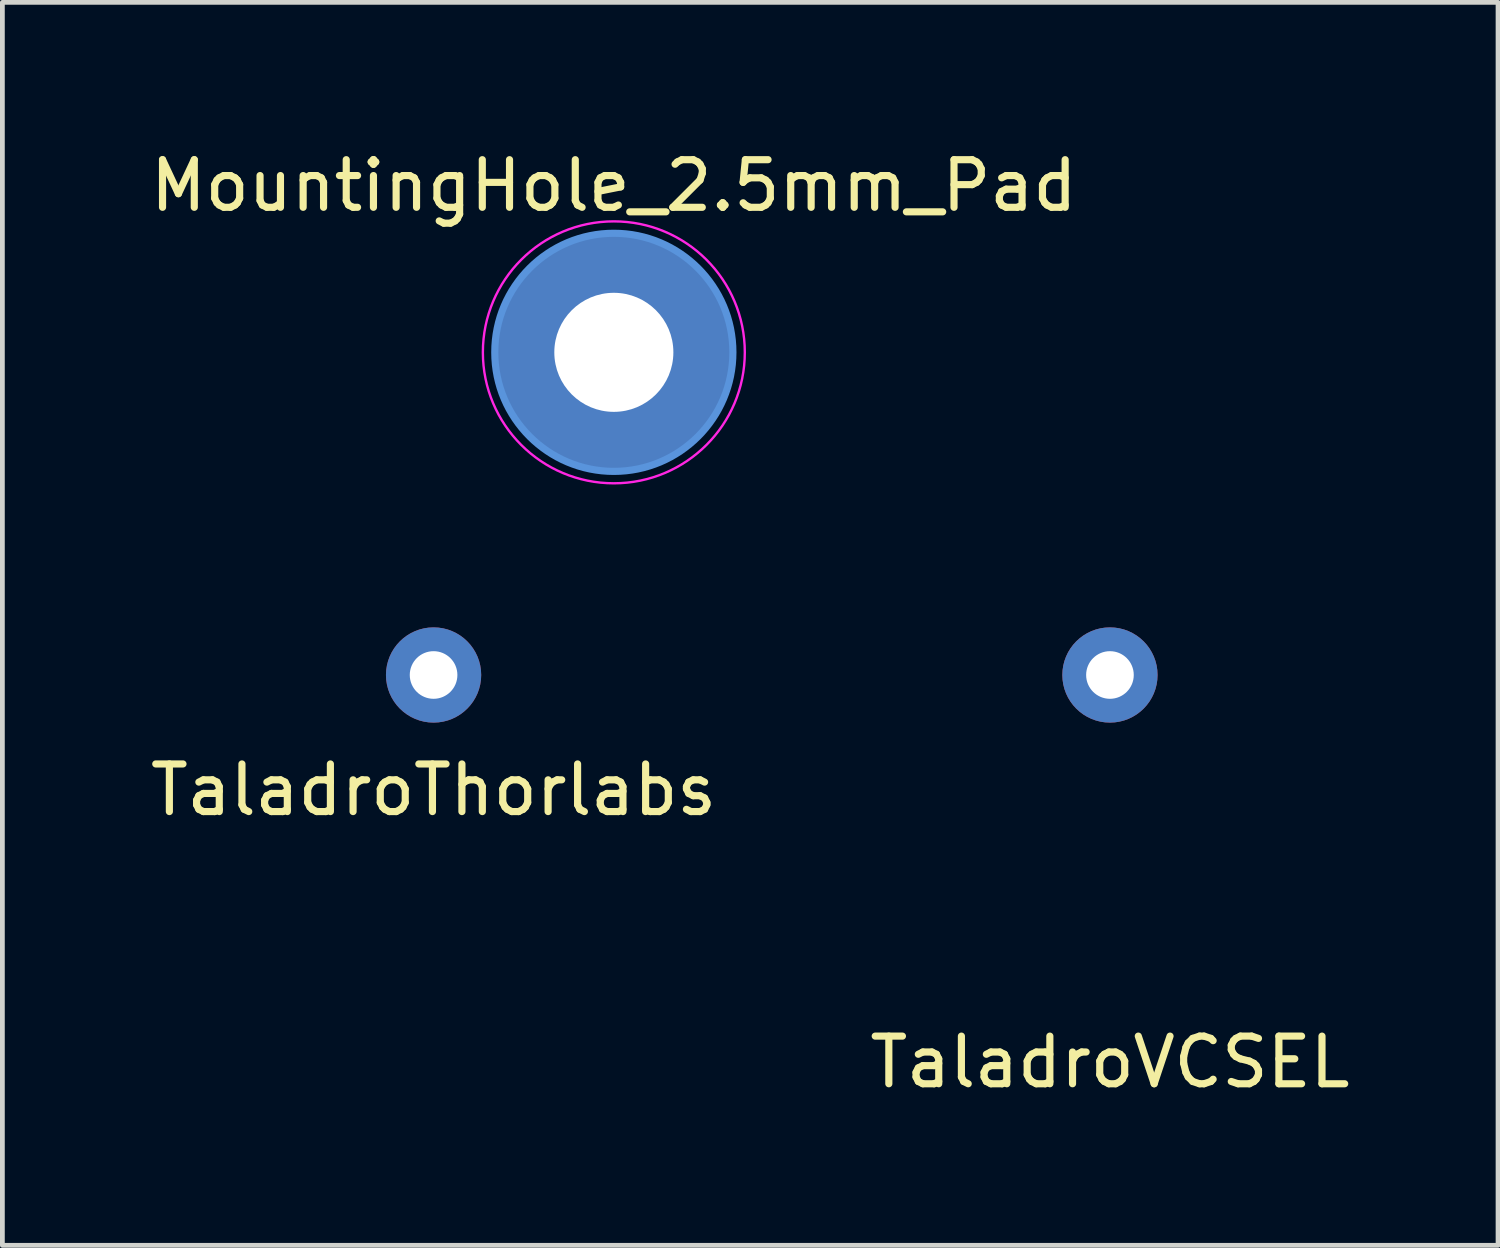
<source format=kicad_pcb>
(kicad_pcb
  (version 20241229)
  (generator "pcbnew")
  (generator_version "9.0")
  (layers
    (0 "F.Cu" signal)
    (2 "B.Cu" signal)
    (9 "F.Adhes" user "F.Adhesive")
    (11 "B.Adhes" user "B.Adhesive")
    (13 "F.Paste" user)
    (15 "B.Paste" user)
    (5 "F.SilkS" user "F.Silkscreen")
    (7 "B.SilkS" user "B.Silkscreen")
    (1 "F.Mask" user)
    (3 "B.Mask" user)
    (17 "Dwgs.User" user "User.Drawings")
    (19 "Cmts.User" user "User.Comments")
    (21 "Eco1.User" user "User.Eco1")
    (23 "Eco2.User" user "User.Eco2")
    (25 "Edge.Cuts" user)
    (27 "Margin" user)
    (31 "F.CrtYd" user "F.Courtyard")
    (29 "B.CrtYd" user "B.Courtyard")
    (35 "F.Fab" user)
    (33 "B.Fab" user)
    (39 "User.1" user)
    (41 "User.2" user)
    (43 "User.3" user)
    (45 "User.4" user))
  (footprint "MountingHole_2.5mm_Pad"
    (layer "F.Cu")
    (at 9.839 4.348)
    (property "Reference" "MountingHole_2.5mm_Pad" (at 0 -3.5 0) (layer "F.SilkS") (effects (font (size 1 1) (thickness 0.15))))
    (attr through_hole)
    (fp_circle (center 0 0) (end 2.5 0) (stroke (width 0.15) (type solid)) (fill no) (layer "Cmts.User"))
    (fp_circle (center 0 0) (end 2.75 0) (stroke (width 0.05) (type solid)) (fill no) (layer "F.CrtYd"))
    (pad "1" thru_hole circle (at 0 0) (size 5 5) (drill 2.5) (layers "*.Cu" "*.Mask")))
  (footprint "TaladroThorlabs"
    (layer "F.Cu")
    (at 6.054 11.123)
    (property "Reference" "TaladroThorlabs" (at 0 2.413 0) (layer "F.SilkS") (effects (font (size 1 1) (thickness 0.15))))
    (attr through_hole)
    (pad "1" thru_hole circle (at 0 0) (size 2 2) (drill 1) (layers "*.Cu" "*.Mask")))
  (footprint "TaladroVCSEL"
    (layer "F.Cu")
    (at 20.256 11.123)
    (property "Reference" "TaladroVCSEL" (at 0 8.128 0) (layer "F.SilkS") (effects (font (size 1 1) (thickness 0.15))))
    (attr through_hole)
    (pad "1" thru_hole circle (at 0 0) (size 2 2) (drill 1) (layers "*.Cu" "*.Mask")))
  (gr_rect
    (start -3 -3)
    (end 28.405 23.099)
    (stroke (width 0.1) (type default))
    (fill no)
    (layer "Edge.Cuts")))
</source>
